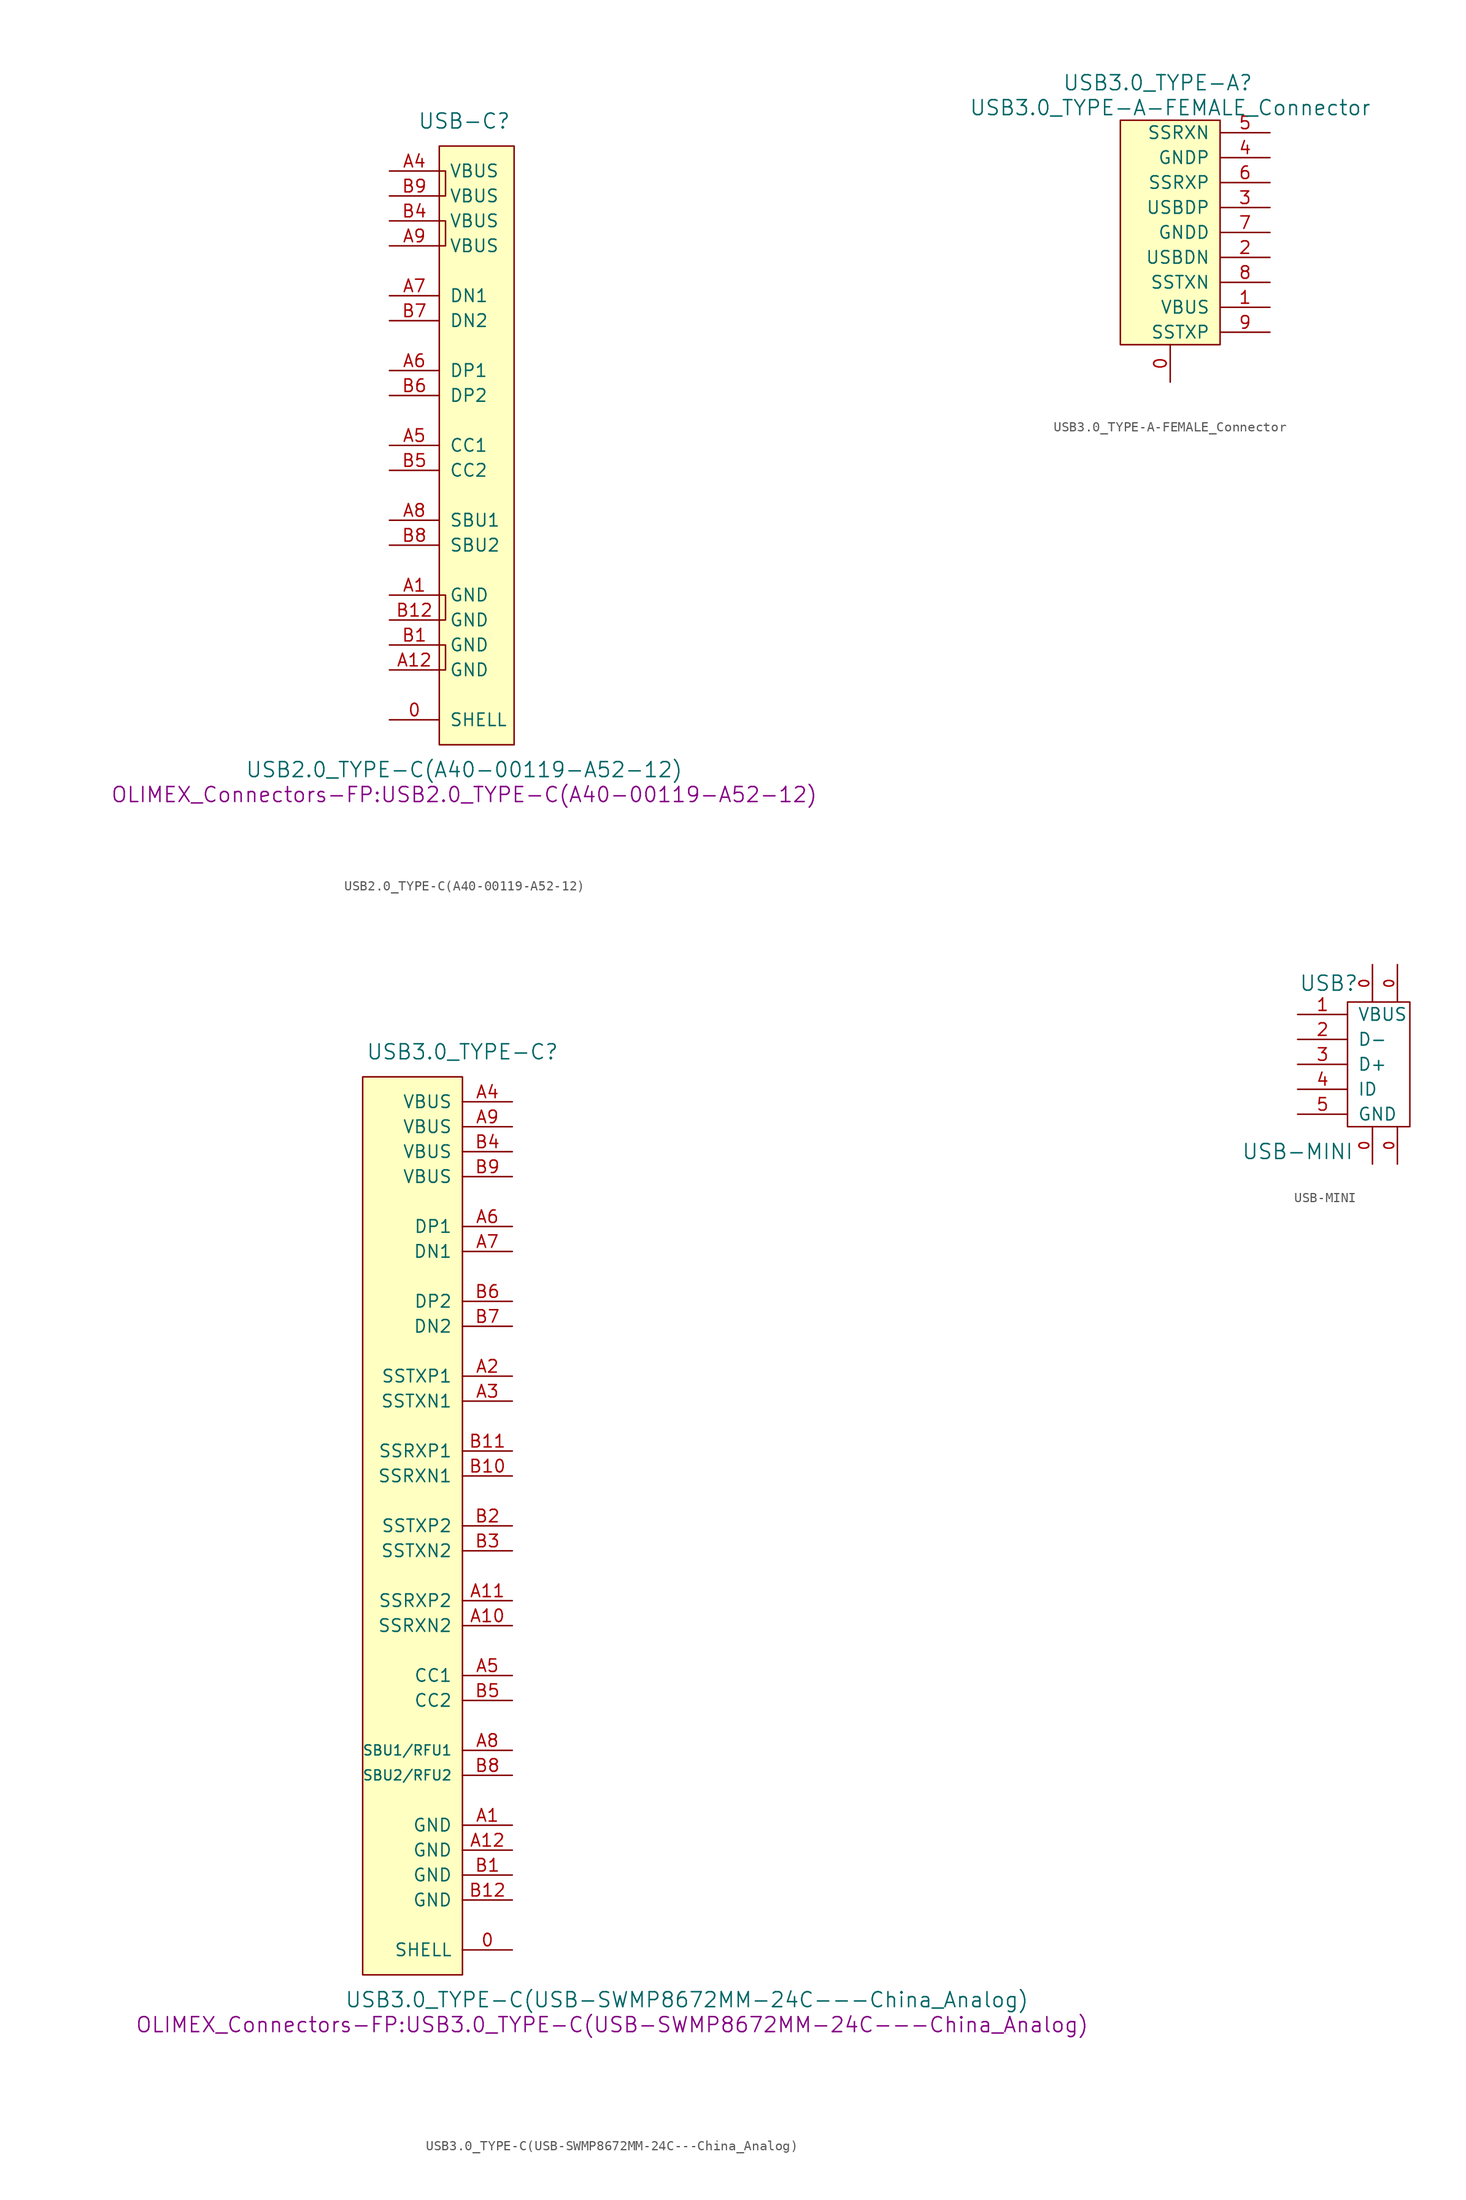
<source format=kicad_sym>
(kicad_symbol_lib
  (version 20220914)
  (generator kicad_symbol_editor)
  (symbol "USB2.0_TYPE-C(A40-00119-A52-12)"
    (pin_names
      (offset 1.016))
    (property "Reference" "USB-C"
      (at 0 33.02 0)
      (effects (font (size 1.524 1.524))))
    (property "Value" "USB2.0_TYPE-C(A40-00119-A52-12)"
      (at 0 -33.02 0)
      (effects (font (size 1.524 1.524))))
    (property "Footprint" "OLIMEX_Connectors-FP:USB2.0_TYPE-C(A40-00119-A52-12)"
      (at 0 -35.56 0)
      (effects (font (size 1.524 1.524))))
    (property "Datasheet" ""
      (at 2.54 0 0)
      (effects (font (size 1.524 1.524))))
    (symbol "USB2.0_TYPE-C(A40-00119-A52-12)_0_1"
      (rectangle (start -2.54 30.48) (end 5.08 -30.48) (stroke (width 0) (type solid)) (fill (type background)))
      (polyline (pts (xy -2.54 -20.32) (xy -1.905 -20.32) (xy -1.905 -22.86) (xy -2.54 -22.86)) (stroke (width 0) (type solid)) (fill (type none)))
      (polyline (pts (xy -2.54 -15.24) (xy -1.905 -15.24) (xy -1.905 -17.78) (xy -2.54 -17.78)) (stroke (width 0) (type solid)) (fill (type none)))
      (polyline (pts (xy -2.54 22.86) (xy -1.905 22.86) (xy -1.905 20.32) (xy -2.54 20.32)) (stroke (width 0) (type solid)) (fill (type none)))
      (polyline (pts (xy -2.54 27.94) (xy -1.905 27.94) (xy -1.905 25.4) (xy -2.54 25.4)) (stroke (width 0) (type solid)) (fill (type none))))
    (symbol "USB2.0_TYPE-C(A40-00119-A52-12)_1_1"
      (pin passive line (at -7.62 -27.94 0) (length 5.08) (name "SHELL" (effects (font (size 1.27 1.27)))) (number "0" (effects (font (size 1.27 1.27)))))
      (pin power_in line (at -7.62 -15.24 0) (length 5.08) (name "GND" (effects (font (size 1.27 1.27)))) (number "A1" (effects (font (size 1.27 1.27)))))
      (pin power_in line (at -7.62 -22.86 0) (length 5.08) (name "GND" (effects (font (size 1.27 1.27)))) (number "A12" (effects (font (size 1.27 1.27)))))
      (pin power_in line (at -7.62 27.94 0) (length 5.08) (name "VBUS" (effects (font (size 1.27 1.27)))) (number "A4" (effects (font (size 1.27 1.27)))))
      (pin input line (at -7.62 0 0) (length 5.08) (name "CC1" (effects (font (size 1.27 1.27)))) (number "A5" (effects (font (size 1.27 1.27)))))
      (pin bidirectional line (at -7.62 7.62 0) (length 5.08) (name "DP1" (effects (font (size 1.27 1.27)))) (number "A6" (effects (font (size 1.27 1.27)))))
      (pin bidirectional line (at -7.62 15.24 0) (length 5.08) (name "DN1" (effects (font (size 1.27 1.27)))) (number "A7" (effects (font (size 1.27 1.27)))))
      (pin bidirectional line (at -7.62 -7.62 0) (length 5.08) (name "SBU1" (effects (font (size 1.27 1.27)))) (number "A8" (effects (font (size 1.27 1.27)))))
      (pin power_in line (at -7.62 20.32 0) (length 5.08) (name "VBUS" (effects (font (size 1.27 1.27)))) (number "A9" (effects (font (size 1.27 1.27)))))
      (pin power_in line (at -7.62 -20.32 0) (length 5.08) (name "GND" (effects (font (size 1.27 1.27)))) (number "B1" (effects (font (size 1.27 1.27)))))
      (pin power_in line (at -7.62 -17.78 0) (length 5.08) (name "GND" (effects (font (size 1.27 1.27)))) (number "B12" (effects (font (size 1.27 1.27)))))
      (pin power_in line (at -7.62 22.86 0) (length 5.08) (name "VBUS" (effects (font (size 1.27 1.27)))) (number "B4" (effects (font (size 1.27 1.27)))))
      (pin input line (at -7.62 -2.54 0) (length 5.08) (name "CC2" (effects (font (size 1.27 1.27)))) (number "B5" (effects (font (size 1.27 1.27)))))
      (pin bidirectional line (at -7.62 5.08 0) (length 5.08) (name "DP2" (effects (font (size 1.27 1.27)))) (number "B6" (effects (font (size 1.27 1.27)))))
      (pin bidirectional line (at -7.62 12.7 0) (length 5.08) (name "DN2" (effects (font (size 1.27 1.27)))) (number "B7" (effects (font (size 1.27 1.27)))))
      (pin bidirectional line (at -7.62 -10.16 0) (length 5.08) (name "SBU2" (effects (font (size 1.27 1.27)))) (number "B8" (effects (font (size 1.27 1.27)))))
      (pin power_in line (at -7.62 25.4 0) (length 5.08) (name "VBUS" (effects (font (size 1.27 1.27)))) (number "B9" (effects (font (size 1.27 1.27)))))))
  (symbol "USB3.0_TYPE-A-FEMALE_Connector"
    (pin_names
      (offset 1.016))
    (property "Reference" "USB3.0_TYPE-A"
      (at -1.27 17.78 0)
      (effects (font (size 1.524 1.524))))
    (property "Value" "USB3.0_TYPE-A-FEMALE_Connector"
      (at 0 15.24 0)
      (effects (font (size 1.524 1.524))))
    (symbol "USB3.0_TYPE-A-FEMALE_Connector_0_1"
      (rectangle (start 5.08 13.97) (end -5.08 -8.89) (stroke (width 0) (type solid)) (fill (type background))))
    (symbol "USB3.0_TYPE-A-FEMALE_Connector_1_1"
      (pin input line (at 0 -12.7 90) (length 3.81) (name "~" (effects (font (size 1.27 1.27)))) (number "0" (effects (font (size 1.27 1.27)))))
      (pin power_in line (at 10.16 -5.08 180) (length 5.08) (name "VBUS" (effects (font (size 1.27 1.27)))) (number "1" (effects (font (size 1.27 1.27)))))
      (pin bidirectional line (at 10.16 0 180) (length 5.08) (name "USBDN" (effects (font (size 1.27 1.27)))) (number "2" (effects (font (size 1.27 1.27)))))
      (pin bidirectional line (at 10.16 5.08 180) (length 5.08) (name "USBDP" (effects (font (size 1.27 1.27)))) (number "3" (effects (font (size 1.27 1.27)))))
      (pin power_in line (at 10.16 10.16 180) (length 5.08) (name "GNDP" (effects (font (size 1.27 1.27)))) (number "4" (effects (font (size 1.27 1.27)))))
      (pin bidirectional line (at 10.16 12.7 180) (length 5.08) (name "SSRXN" (effects (font (size 1.27 1.27)))) (number "5" (effects (font (size 1.27 1.27)))))
      (pin bidirectional line (at 10.16 7.62 180) (length 5.08) (name "SSRXP" (effects (font (size 1.27 1.27)))) (number "6" (effects (font (size 1.27 1.27)))))
      (pin power_in line (at 10.16 2.54 180) (length 5.08) (name "GNDD" (effects (font (size 1.27 1.27)))) (number "7" (effects (font (size 1.27 1.27)))))
      (pin bidirectional line (at 10.16 -2.54 180) (length 5.08) (name "SSTXN" (effects (font (size 1.27 1.27)))) (number "8" (effects (font (size 1.27 1.27)))))
      (pin bidirectional line (at 10.16 -7.62 180) (length 5.08) (name "SSTXP" (effects (font (size 1.27 1.27)))) (number "9" (effects (font (size 1.27 1.27)))))))
  (symbol "USB3.0_TYPE-C(USB-SWMP8672MM-24C---China_Analog)"
    (pin_names
      (offset 1.016))
    (property "Reference" "USB3.0_TYPE-C"
      (at 0 48.26 0)
      (effects (font (size 1.524 1.524))))
    (property "Value" "USB3.0_TYPE-C(USB-SWMP8672MM-24C---China_Analog)"
      (at 22.86 -48.26 0)
      (effects (font (size 1.524 1.524))))
    (property "Footprint" "OLIMEX_Connectors-FP:USB3.0_TYPE-C(USB-SWMP8672MM-24C---China_Analog)"
      (at 15.24 -50.8 0)
      (effects (font (size 1.524 1.524))))
    (property "Datasheet" ""
      (at -5.08 -15.24 0)
      (effects (font (size 1.524 1.524))))
    (symbol "USB3.0_TYPE-C(USB-SWMP8672MM-24C---China_Analog)_0_1"
      (rectangle (start 0 45.72) (end -10.16 -45.72) (stroke (width 0) (type solid)) (fill (type background))))
    (symbol "USB3.0_TYPE-C(USB-SWMP8672MM-24C---China_Analog)_1_1"
      (pin passive line (at 5.08 -43.18 180) (length 5.08) (name "SHELL" (effects (font (size 1.27 1.27)))) (number "0" (effects (font (size 1.27 1.27)))))
      (pin power_in line (at 5.08 -30.48 180) (length 5.08) (name "GND" (effects (font (size 1.27 1.27)))) (number "A1" (effects (font (size 1.27 1.27)))))
      (pin bidirectional line (at 5.08 -10.16 180) (length 5.08) (name "SSRXN2" (effects (font (size 1.27 1.27)))) (number "A10" (effects (font (size 1.27 1.27)))))
      (pin bidirectional line (at 5.08 -7.62 180) (length 5.08) (name "SSRXP2" (effects (font (size 1.27 1.27)))) (number "A11" (effects (font (size 1.27 1.27)))))
      (pin power_in line (at 5.08 -33.02 180) (length 5.08) (name "GND" (effects (font (size 1.27 1.27)))) (number "A12" (effects (font (size 1.27 1.27)))))
      (pin bidirectional line (at 5.08 15.24 180) (length 5.08) (name "SSTXP1" (effects (font (size 1.27 1.27)))) (number "A2" (effects (font (size 1.27 1.27)))))
      (pin bidirectional line (at 5.08 12.7 180) (length 5.08) (name "SSTXN1" (effects (font (size 1.27 1.27)))) (number "A3" (effects (font (size 1.27 1.27)))))
      (pin power_in line (at 5.08 43.18 180) (length 5.08) (name "VBUS" (effects (font (size 1.27 1.27)))) (number "A4" (effects (font (size 1.27 1.27)))))
      (pin input line (at 5.08 -15.24 180) (length 5.08) (name "CC1" (effects (font (size 1.27 1.27)))) (number "A5" (effects (font (size 1.27 1.27)))))
      (pin bidirectional line (at 5.08 30.48 180) (length 5.08) (name "DP1" (effects (font (size 1.27 1.27)))) (number "A6" (effects (font (size 1.27 1.27)))))
      (pin bidirectional line (at 5.08 27.94 180) (length 5.08) (name "DN1" (effects (font (size 1.27 1.27)))) (number "A7" (effects (font (size 1.27 1.27)))))
      (pin bidirectional line (at 5.08 -22.86 180) (length 5.08) (name "SBU1/RFU1" (effects (font (size 1.016 1.016)))) (number "A8" (effects (font (size 1.27 1.27)))))
      (pin power_in line (at 5.08 40.64 180) (length 5.08) (name "VBUS" (effects (font (size 1.27 1.27)))) (number "A9" (effects (font (size 1.27 1.27)))))
      (pin power_in line (at 5.08 -35.56 180) (length 5.08) (name "GND" (effects (font (size 1.27 1.27)))) (number "B1" (effects (font (size 1.27 1.27)))))
      (pin bidirectional line (at 5.08 5.08 180) (length 5.08) (name "SSRXN1" (effects (font (size 1.27 1.27)))) (number "B10" (effects (font (size 1.27 1.27)))))
      (pin bidirectional line (at 5.08 7.62 180) (length 5.08) (name "SSRXP1" (effects (font (size 1.27 1.27)))) (number "B11" (effects (font (size 1.27 1.27)))))
      (pin power_in line (at 5.08 -38.1 180) (length 5.08) (name "GND" (effects (font (size 1.27 1.27)))) (number "B12" (effects (font (size 1.27 1.27)))))
      (pin bidirectional line (at 5.08 0 180) (length 5.08) (name "SSTXP2" (effects (font (size 1.27 1.27)))) (number "B2" (effects (font (size 1.27 1.27)))))
      (pin bidirectional line (at 5.08 -2.54 180) (length 5.08) (name "SSTXN2" (effects (font (size 1.27 1.27)))) (number "B3" (effects (font (size 1.27 1.27)))))
      (pin power_in line (at 5.08 38.1 180) (length 5.08) (name "VBUS" (effects (font (size 1.27 1.27)))) (number "B4" (effects (font (size 1.27 1.27)))))
      (pin input line (at 5.08 -17.78 180) (length 5.08) (name "CC2" (effects (font (size 1.27 1.27)))) (number "B5" (effects (font (size 1.27 1.27)))))
      (pin bidirectional line (at 5.08 22.86 180) (length 5.08) (name "DP2" (effects (font (size 1.27 1.27)))) (number "B6" (effects (font (size 1.27 1.27)))))
      (pin bidirectional line (at 5.08 20.32 180) (length 5.08) (name "DN2" (effects (font (size 1.27 1.27)))) (number "B7" (effects (font (size 1.27 1.27)))))
      (pin bidirectional line (at 5.08 -25.4 180) (length 5.08) (name "SBU2/RFU2" (effects (font (size 1.016 1.016)))) (number "B8" (effects (font (size 1.27 1.27)))))
      (pin power_in line (at 5.08 35.56 180) (length 5.08) (name "VBUS" (effects (font (size 1.27 1.27)))) (number "B9" (effects (font (size 1.27 1.27)))))))
  (symbol "USB-MINI"
    (pin_names
      (offset 1.016))
    (property "Reference" "USB"
      (at -4.445 8.255 0)
      (effects (font (size 1.524 1.524))))
    (property "Value" "USB-MINI"
      (at -7.62 -8.89 0)
      (effects (font (size 1.524 1.524))))
    (property "Footprint" ""
      (at 2.54 0 0)
      (effects (font (size 1.524 1.524))))
    (property "Datasheet" ""
      (at 2.54 0 0)
      (effects (font (size 1.524 1.524))))
    (symbol "USB-MINI_0_1"
      (rectangle (start 3.81 6.35) (end -2.54 -6.35) (stroke (width 0) (type solid)) (fill (type none))))
    (symbol "USB-MINI_1_1"
      (pin passive line (at 0 -10.16 90) (length 3.81) (name "~" (effects (font (size 0.991 0.991)))) (number "0" (effects (font (size 0.991 0.991)))))
      (pin passive line (at 0 10.16 270) (length 3.81) (name "~" (effects (font (size 0.991 0.991)))) (number "0" (effects (font (size 0.991 0.991)))))
      (pin passive line (at 2.54 -10.16 90) (length 3.81) (name "~" (effects (font (size 0.991 0.991)))) (number "0" (effects (font (size 0.991 0.991)))))
      (pin passive line (at 2.54 10.16 270) (length 3.81) (name "~" (effects (font (size 0.991 0.991)))) (number "0" (effects (font (size 0.991 0.991)))))
      (pin input line (at -7.62 5.08 0) (length 5.08) (name "VBUS" (effects (font (size 1.27 1.27)))) (number "1" (effects (font (size 1.27 1.27)))))
      (pin bidirectional line (at -7.62 2.54 0) (length 5.08) (name "D-" (effects (font (size 1.27 1.27)))) (number "2" (effects (font (size 1.27 1.27)))))
      (pin bidirectional line (at -7.62 0 0) (length 5.08) (name "D+" (effects (font (size 1.27 1.27)))) (number "3" (effects (font (size 1.27 1.27)))))
      (pin input line (at -7.62 -2.54 0) (length 5.08) (name "ID" (effects (font (size 1.27 1.27)))) (number "4" (effects (font (size 1.27 1.27)))))
      (pin power_in line (at -7.62 -5.08 0) (length 5.08) (name "GND" (effects (font (size 1.27 1.27)))) (number "5" (effects (font (size 1.27 1.27))))))))
</source>
